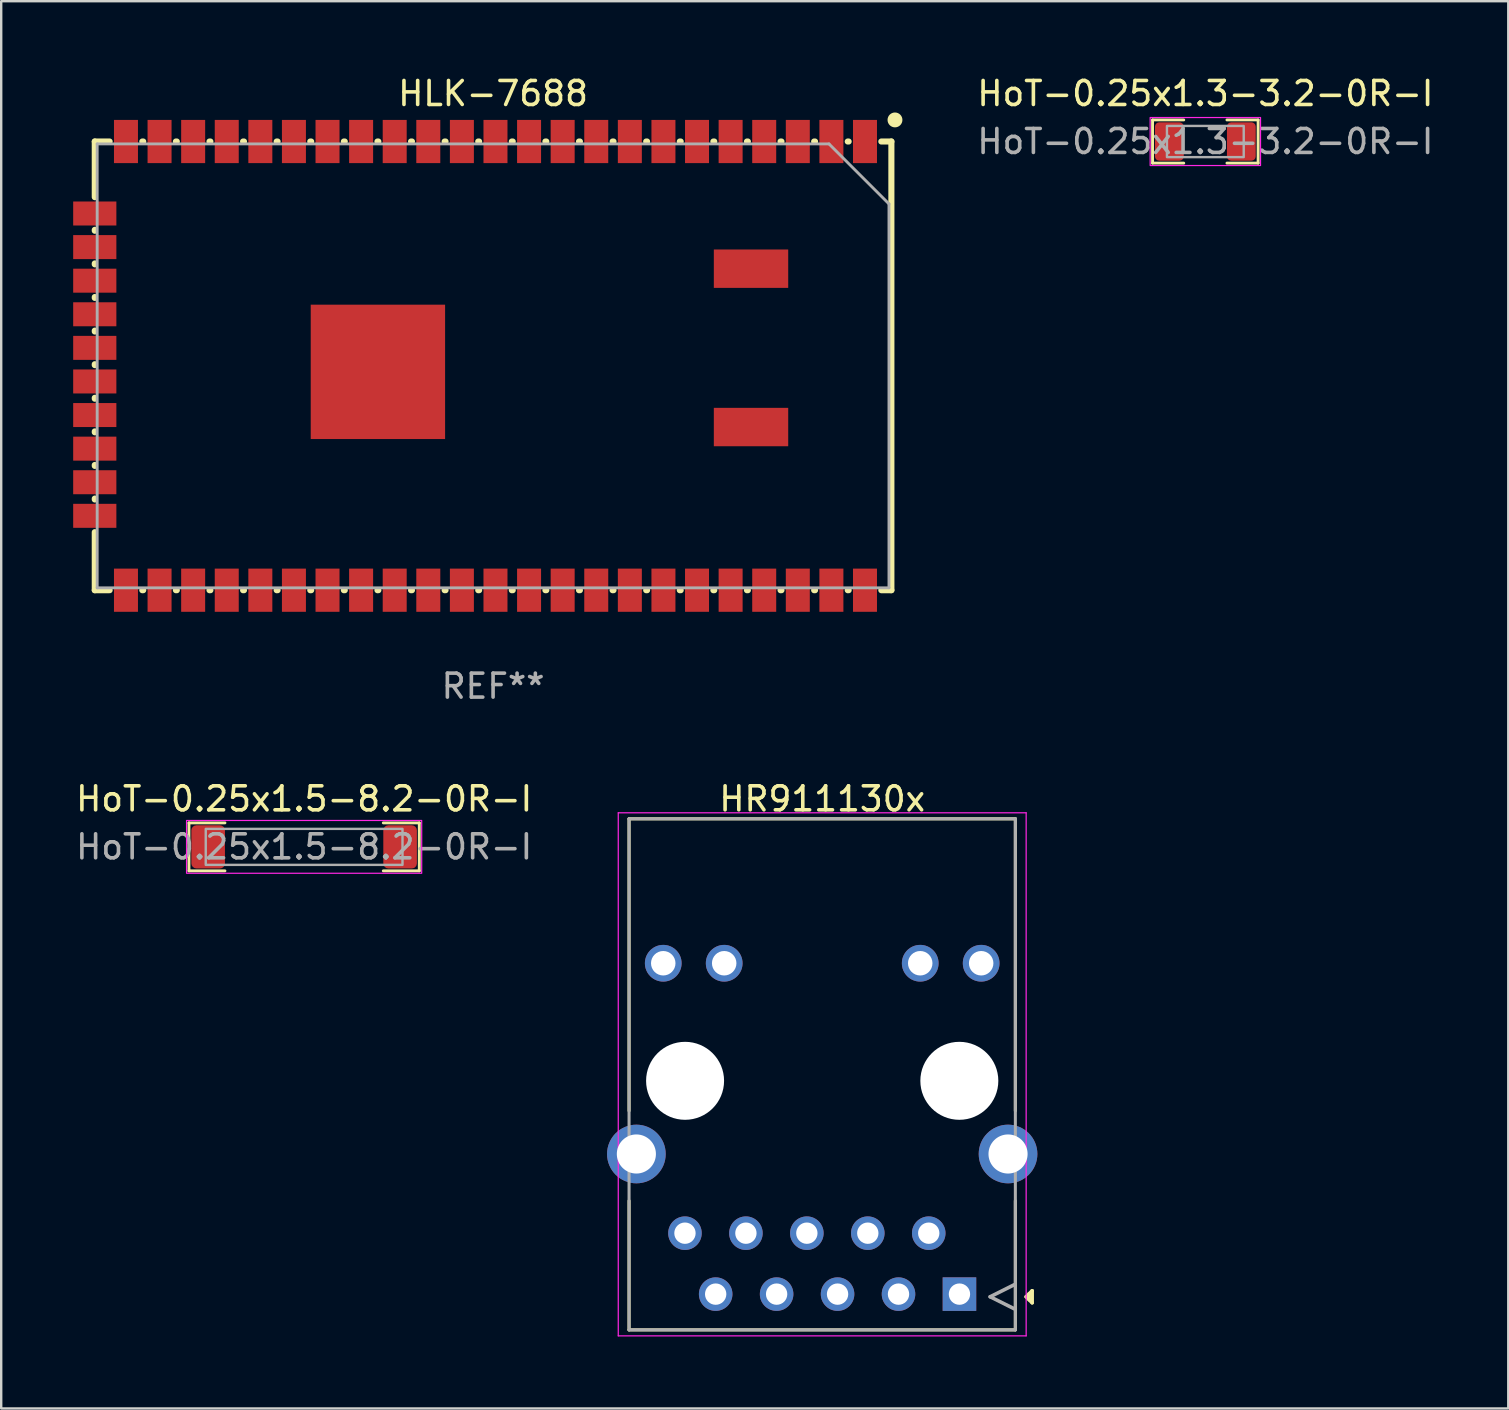
<source format=kicad_pcb>
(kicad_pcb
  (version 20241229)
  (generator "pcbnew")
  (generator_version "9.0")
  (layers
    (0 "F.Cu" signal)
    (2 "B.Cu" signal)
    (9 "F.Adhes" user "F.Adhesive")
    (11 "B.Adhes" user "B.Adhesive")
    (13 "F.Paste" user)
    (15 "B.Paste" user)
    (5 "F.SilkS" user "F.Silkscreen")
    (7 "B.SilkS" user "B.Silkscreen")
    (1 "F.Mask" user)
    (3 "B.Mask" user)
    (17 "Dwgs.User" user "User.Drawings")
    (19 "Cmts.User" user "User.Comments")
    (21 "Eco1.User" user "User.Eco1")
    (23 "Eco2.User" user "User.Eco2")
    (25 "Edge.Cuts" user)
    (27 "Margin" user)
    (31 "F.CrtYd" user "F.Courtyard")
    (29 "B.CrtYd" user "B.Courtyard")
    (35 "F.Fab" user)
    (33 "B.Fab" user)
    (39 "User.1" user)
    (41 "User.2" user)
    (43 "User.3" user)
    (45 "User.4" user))
  (footprint "HR911130x"
    (layer "F.Cu")
    (at 31.217 41.995)
    (property "Reference" "HR911130x" (at 0 -11.75 0) (layer "F.SilkS") (effects (font (size 1 1) (thickness 0.15))))
    (attr through_hole)
    (fp_line (start -8.05 1.25) (end -8.05 -10.92) (stroke (width 0.127) (type solid)) (layer "F.SilkS"))
    (fp_line (start -8.05 10.38) (end -8.05 5) (stroke (width 0.127) (type solid)) (layer "F.SilkS"))
    (fp_line (start -8.05 10.38) (end 8.05 10.38) (stroke (width 0.127) (type solid)) (layer "F.SilkS"))
    (fp_line (start 8.05 -10.92) (end -8.05 -10.92) (stroke (width 0.127) (type solid)) (layer "F.SilkS"))
    (fp_line (start 8.05 1.25) (end 8.05 -10.92) (stroke (width 0.127) (type solid)) (layer "F.SilkS"))
    (fp_line (start 8.05 10.38) (end 8.05 5) (stroke (width 0.127) (type solid)) (layer "F.SilkS"))
    (fp_line (start 8.5 9) (end 8.75 9.25) (stroke (width 0.15) (type default)) (layer "F.SilkS"))
    (fp_line (start 8.625 8.875) (end 8.625 9.125) (stroke (width 0.15) (type default)) (layer "F.SilkS"))
    (fp_line (start 8.75 8.75) (end 8.5 9) (stroke (width 0.15) (type default)) (layer "F.SilkS"))
    (fp_line (start 8.75 9.25) (end 8.75 8.75) (stroke (width 0.15) (type default)) (layer "F.SilkS"))
    (fp_line (start -8.5 -11.17) (end 8.5 -11.17) (stroke (width 0.05) (type solid)) (layer "F.CrtYd"))
    (fp_line (start -8.5 10.63) (end -8.5 -11.17) (stroke (width 0.05) (type solid)) (layer "F.CrtYd"))
    (fp_line (start 8.5 -11.17) (end 8.5 10.63) (stroke (width 0.05) (type solid)) (layer "F.CrtYd"))
    (fp_line (start 8.5 10.63) (end -8.5 10.63) (stroke (width 0.05) (type solid)) (layer "F.CrtYd"))
    (fp_line (start -8.05 -10.92) (end -8.05 10.38) (stroke (width 0.127) (type solid)) (layer "F.Fab"))
    (fp_line (start -8.05 10.38) (end 8.05 10.38) (stroke (width 0.127) (type solid)) (layer "F.Fab"))
    (fp_line (start 7 9) (end 8 9.5) (stroke (width 0.15) (type default)) (layer "F.Fab"))
    (fp_line (start 8 8.5) (end 7 9) (stroke (width 0.15) (type default)) (layer "F.Fab"))
    (fp_line (start 8.05 -10.92) (end -8.05 -10.92) (stroke (width 0.127) (type solid)) (layer "F.Fab"))
    (fp_line (start 8.05 10.38) (end 8.05 -10.92) (stroke (width 0.127) (type solid)) (layer "F.Fab"))
    (pad "" np_thru_hole circle (at -5.715 0) (size 3.25 3.25) (drill 3.25) (layers "*.Cu" "*.Mask"))
    (pad "" np_thru_hole circle (at 5.715 0) (size 3.25 3.25) (drill 3.25) (layers "*.Cu" "*.Mask"))
    (pad "1" thru_hole rect (at 5.72 8.89) (size 1.398 1.398) (drill 0.89) (layers "*.Cu" "*.Mask"))
    (pad "2" thru_hole circle (at 4.44 6.35) (size 1.398 1.398) (drill 0.89) (layers "*.Cu" "*.Mask"))
    (pad "3" thru_hole circle (at 3.18 8.89) (size 1.398 1.398) (drill 0.89) (layers "*.Cu" "*.Mask"))
    (pad "4" thru_hole circle (at 1.9 6.35) (size 1.398 1.398) (drill 0.89) (layers "*.Cu" "*.Mask"))
    (pad "5" thru_hole circle (at 0.64 8.89) (size 1.398 1.398) (drill 0.89) (layers "*.Cu" "*.Mask"))
    (pad "6" thru_hole circle (at -0.64 6.35) (size 1.398 1.398) (drill 0.89) (layers "*.Cu" "*.Mask"))
    (pad "7" thru_hole circle (at -1.9 8.89) (size 1.398 1.398) (drill 0.89) (layers "*.Cu" "*.Mask"))
    (pad "8" thru_hole circle (at -3.18 6.35) (size 1.398 1.398) (drill 0.89) (layers "*.Cu" "*.Mask"))
    (pad "9" thru_hole circle (at -4.44 8.89) (size 1.398 1.398) (drill 0.89) (layers "*.Cu" "*.Mask"))
    (pad "10" thru_hole circle (at -5.72 6.35) (size 1.398 1.398) (drill 0.89) (layers "*.Cu" "*.Mask"))
    (pad "11" thru_hole circle (at 6.625 -4.9) (size 1.53 1.53) (drill 1.02) (layers "*.Cu" "*.Mask"))
    (pad "12" thru_hole circle (at 4.085 -4.9) (size 1.53 1.53) (drill 1.02) (layers "*.Cu" "*.Mask"))
    (pad "13" thru_hole circle (at -4.085 -4.9) (size 1.53 1.53) (drill 1.02) (layers "*.Cu" "*.Mask"))
    (pad "14" thru_hole circle (at -6.625 -4.9) (size 1.53 1.53) (drill 1.02) (layers "*.Cu" "*.Mask"))
    (pad "S1" thru_hole circle (at 7.745 3.05) (size 2.445 2.445) (drill 1.63) (layers "*.Cu" "*.Mask"))
    (pad "S2" thru_hole circle (at -7.745 3.05) (size 2.445 2.445) (drill 1.63) (layers "*.Cu" "*.Mask")))
  (footprint "HoT-0.25x1.5-8.2-0R-I"
    (layer "F.Cu")
    (at 9.625 32.245)
    (property "Reference" "HoT-0.25x1.5-8.2-0R-I" (at 0 -2 0) (unlocked yes) (layer "F.SilkS") (effects (font (size 1 1) (thickness 0.15))))
    (attr smd)
    (fp_line (start -4.8 -1) (end -3.3 -1) (stroke (width 0.12) (type solid)) (layer "F.SilkS"))
    (fp_line (start -4.8 1) (end -4.8 -1) (stroke (width 0.12) (type solid)) (layer "F.SilkS"))
    (fp_line (start -3.3 1) (end -4.8 1) (stroke (width 0.12) (type solid)) (layer "F.SilkS"))
    (fp_line (start 3.3 -1) (end 4.8 -1) (stroke (width 0.12) (type solid)) (layer "F.SilkS"))
    (fp_line (start 4.8 -1) (end 4.8 1) (stroke (width 0.12) (type solid)) (layer "F.SilkS"))
    (fp_line (start 4.8 1) (end 3.3 1) (stroke (width 0.12) (type solid)) (layer "F.SilkS"))
    (fp_rect (start -4.9 -1.1) (end 4.9 1.1) (stroke (width 0.05) (type default)) (fill no) (layer "F.CrtYd"))
    (fp_rect (start -4.1 -0.75) (end 4.1 0.75) (stroke (width 0.1) (type solid)) (fill no) (layer "F.Fab"))
    (fp_text user "${REFERENCE}" (at 0 0 0) (unlocked yes) (layer "F.Fab") (effects (font (size 1 1) (thickness 0.15))))
    (pad "1" smd roundrect (at -4 0) (size 1.4 1.8) (layers "F.Cu" "F.Mask" "F.Paste") (roundrect_rratio 0.15))
    (pad "2" smd roundrect (at 4 0) (size 1.4 1.8) (layers "F.Cu" "F.Mask" "F.Paste") (roundrect_rratio 0.15)))
  (footprint "HoT-0.25x1.3-3.2-0R-I"
    (layer "F.Cu")
    (at 47.185 2.848)
    (property "Reference" "HoT-0.25x1.3-3.2-0R-I" (at 0 -2 0) (unlocked yes) (layer "F.SilkS") (effects (font (size 1 1) (thickness 0.15))))
    (attr smd exclude_from_pos_files exclude_from_bom)
    (fp_line (start -2.2 -0.9) (end -0.9 -0.9) (stroke (width 0.12) (type solid)) (layer "F.SilkS"))
    (fp_line (start -2.2 0.9) (end -2.2 -0.9) (stroke (width 0.12) (type solid)) (layer "F.SilkS"))
    (fp_line (start -0.9 0.9) (end -2.2 0.9) (stroke (width 0.12) (type solid)) (layer "F.SilkS"))
    (fp_line (start 0.9 -0.9) (end 2.2 -0.9) (stroke (width 0.12) (type solid)) (layer "F.SilkS"))
    (fp_line (start 2.2 -0.9) (end 2.2 0.9) (stroke (width 0.12) (type solid)) (layer "F.SilkS"))
    (fp_line (start 2.2 0.9) (end 0.9 0.9) (stroke (width 0.12) (type solid)) (layer "F.SilkS"))
    (fp_rect (start -2.3 -1) (end 2.3 1) (stroke (width 0.05) (type default)) (fill no) (layer "F.CrtYd"))
    (fp_rect (start -1.6 -0.65) (end 1.6 0.65) (stroke (width 0.1) (type solid)) (fill no) (layer "F.Fab"))
    (fp_text user "${REFERENCE}" (at 0 0 0) (unlocked yes) (layer "F.Fab") (effects (font (size 1 1) (thickness 0.15))))
    (pad "1" smd roundrect (at -1.5 0) (size 1.2 1.6) (layers "F.Cu" "F.Mask" "F.Paste") (roundrect_rratio 0.15))
    (pad "2" smd roundrect (at 1.5 0) (size 1.2 1.6) (layers "F.Cu" "F.Mask" "F.Paste") (roundrect_rratio 0.15)))
  (footprint "HLK-7688"
    (layer "F.Cu")
    (at 17.5 12.198)
    (property "Reference" "HLK-7688" (at 0 -11.35 0) (layer "F.SilkS") (effects (font (size 1 1) (thickness 0.15))))
    (attr through_hole)
    (fp_line (start -16.6 -9.35) (end -16.6 -7.031) (stroke (width 0.254) (type solid)) (layer "F.SilkS"))
    (fp_line (start -16.6 -9.35) (end -15.981 -9.35) (stroke (width 0.254) (type solid)) (layer "F.SilkS"))
    (fp_line (start -16.6 -5.669) (end -16.6 -5.631) (stroke (width 0.254) (type solid)) (layer "F.SilkS"))
    (fp_line (start -16.6 -4.269) (end -16.6 -4.231) (stroke (width 0.254) (type solid)) (layer "F.SilkS"))
    (fp_line (start -16.6 -2.869) (end -16.6 -2.831) (stroke (width 0.254) (type solid)) (layer "F.SilkS"))
    (fp_line (start -16.6 -1.469) (end -16.6 -1.431) (stroke (width 0.254) (type solid)) (layer "F.SilkS"))
    (fp_line (start -16.6 -0.069) (end -16.6 -0.031) (stroke (width 0.254) (type solid)) (layer "F.SilkS"))
    (fp_line (start -16.6 1.331) (end -16.6 1.369) (stroke (width 0.254) (type solid)) (layer "F.SilkS"))
    (fp_line (start -16.6 2.731) (end -16.6 2.769) (stroke (width 0.254) (type solid)) (layer "F.SilkS"))
    (fp_line (start -16.6 4.131) (end -16.6 4.169) (stroke (width 0.254) (type solid)) (layer "F.SilkS"))
    (fp_line (start -16.6 5.531) (end -16.6 5.569) (stroke (width 0.254) (type solid)) (layer "F.SilkS"))
    (fp_line (start -16.6 6.931) (end -16.6 9.35) (stroke (width 0.254) (type solid)) (layer "F.SilkS"))
    (fp_line (start -16.6 9.35) (end -15.981 9.35) (stroke (width 0.254) (type solid)) (layer "F.SilkS"))
    (fp_line (start -14.619 -9.35) (end -14.581 -9.35) (stroke (width 0.254) (type solid)) (layer "F.SilkS"))
    (fp_line (start -14.619 9.35) (end -14.581 9.35) (stroke (width 0.254) (type solid)) (layer "F.SilkS"))
    (fp_line (start -13.219 -9.35) (end -13.181 -9.35) (stroke (width 0.254) (type solid)) (layer "F.SilkS"))
    (fp_line (start -13.219 9.35) (end -13.181 9.35) (stroke (width 0.254) (type solid)) (layer "F.SilkS"))
    (fp_line (start -11.819 -9.35) (end -11.781 -9.35) (stroke (width 0.254) (type solid)) (layer "F.SilkS"))
    (fp_line (start -11.819 9.35) (end -11.781 9.35) (stroke (width 0.254) (type solid)) (layer "F.SilkS"))
    (fp_line (start -10.419 -9.35) (end -10.381 -9.35) (stroke (width 0.254) (type solid)) (layer "F.SilkS"))
    (fp_line (start -10.419 9.35) (end -10.381 9.35) (stroke (width 0.254) (type solid)) (layer "F.SilkS"))
    (fp_line (start -9.019 -9.35) (end -8.981 -9.35) (stroke (width 0.254) (type solid)) (layer "F.SilkS"))
    (fp_line (start -9.019 9.35) (end -8.981 9.35) (stroke (width 0.254) (type solid)) (layer "F.SilkS"))
    (fp_line (start -7.619 -9.35) (end -7.581 -9.35) (stroke (width 0.254) (type solid)) (layer "F.SilkS"))
    (fp_line (start -7.619 9.35) (end -7.581 9.35) (stroke (width 0.254) (type solid)) (layer "F.SilkS"))
    (fp_line (start -6.219 -9.35) (end -6.181 -9.35) (stroke (width 0.254) (type solid)) (layer "F.SilkS"))
    (fp_line (start -6.219 9.35) (end -6.181 9.35) (stroke (width 0.254) (type solid)) (layer "F.SilkS"))
    (fp_line (start -4.819 -9.35) (end -4.781 -9.35) (stroke (width 0.254) (type solid)) (layer "F.SilkS"))
    (fp_line (start -4.819 9.35) (end -4.781 9.35) (stroke (width 0.254) (type solid)) (layer "F.SilkS"))
    (fp_line (start -3.419 -9.35) (end -3.381 -9.35) (stroke (width 0.254) (type solid)) (layer "F.SilkS"))
    (fp_line (start -3.419 9.35) (end -3.381 9.35) (stroke (width 0.254) (type solid)) (layer "F.SilkS"))
    (fp_line (start -2.019 -9.35) (end -1.981 -9.35) (stroke (width 0.254) (type solid)) (layer "F.SilkS"))
    (fp_line (start -2.019 9.35) (end -1.981 9.35) (stroke (width 0.254) (type solid)) (layer "F.SilkS"))
    (fp_line (start -0.619 -9.35) (end -0.581 -9.35) (stroke (width 0.254) (type solid)) (layer "F.SilkS"))
    (fp_line (start -0.619 9.35) (end -0.581 9.35) (stroke (width 0.254) (type solid)) (layer "F.SilkS"))
    (fp_line (start 0.781 -9.35) (end 0.819 -9.35) (stroke (width 0.254) (type solid)) (layer "F.SilkS"))
    (fp_line (start 0.781 9.35) (end 0.819 9.35) (stroke (width 0.254) (type solid)) (layer "F.SilkS"))
    (fp_line (start 2.181 -9.35) (end 2.219 -9.35) (stroke (width 0.254) (type solid)) (layer "F.SilkS"))
    (fp_line (start 2.181 9.35) (end 2.219 9.35) (stroke (width 0.254) (type solid)) (layer "F.SilkS"))
    (fp_line (start 3.581 -9.35) (end 3.619 -9.35) (stroke (width 0.254) (type solid)) (layer "F.SilkS"))
    (fp_line (start 3.581 9.35) (end 3.619 9.35) (stroke (width 0.254) (type solid)) (layer "F.SilkS"))
    (fp_line (start 4.981 -9.35) (end 5.019 -9.35) (stroke (width 0.254) (type solid)) (layer "F.SilkS"))
    (fp_line (start 4.981 9.35) (end 5.019 9.35) (stroke (width 0.254) (type solid)) (layer "F.SilkS"))
    (fp_line (start 6.381 -9.35) (end 6.419 -9.35) (stroke (width 0.254) (type solid)) (layer "F.SilkS"))
    (fp_line (start 6.381 9.35) (end 6.419 9.35) (stroke (width 0.254) (type solid)) (layer "F.SilkS"))
    (fp_line (start 7.781 -9.35) (end 7.819 -9.35) (stroke (width 0.254) (type solid)) (layer "F.SilkS"))
    (fp_line (start 7.781 9.35) (end 7.819 9.35) (stroke (width 0.254) (type solid)) (layer "F.SilkS"))
    (fp_line (start 9.181 -9.35) (end 9.219 -9.35) (stroke (width 0.254) (type solid)) (layer "F.SilkS"))
    (fp_line (start 9.181 9.35) (end 9.219 9.35) (stroke (width 0.254) (type solid)) (layer "F.SilkS"))
    (fp_line (start 10.581 -9.35) (end 10.619 -9.35) (stroke (width 0.254) (type solid)) (layer "F.SilkS"))
    (fp_line (start 10.581 9.35) (end 10.619 9.35) (stroke (width 0.254) (type solid)) (layer "F.SilkS"))
    (fp_line (start 11.981 -9.35) (end 12.019 -9.35) (stroke (width 0.254) (type solid)) (layer "F.SilkS"))
    (fp_line (start 11.981 9.35) (end 12.019 9.35) (stroke (width 0.254) (type solid)) (layer "F.SilkS"))
    (fp_line (start 13.381 -9.35) (end 13.419 -9.35) (stroke (width 0.254) (type solid)) (layer "F.SilkS"))
    (fp_line (start 13.381 9.35) (end 13.419 9.35) (stroke (width 0.254) (type solid)) (layer "F.SilkS"))
    (fp_line (start 14.781 -9.35) (end 14.819 -9.35) (stroke (width 0.254) (type solid)) (layer "F.SilkS"))
    (fp_line (start 14.781 9.35) (end 14.819 9.35) (stroke (width 0.254) (type solid)) (layer "F.SilkS"))
    (fp_line (start 16.6 -9.35) (end 16.181 -9.35) (stroke (width 0.254) (type solid)) (layer "F.SilkS"))
    (fp_line (start 16.6 9.35) (end 16.181 9.35) (stroke (width 0.254) (type solid)) (layer "F.SilkS"))
    (fp_line (start 16.6 9.35) (end 16.6 -9.35) (stroke (width 0.254) (type solid)) (layer "F.SilkS"))
    (fp_circle (center 16.75 -10.25) (end 17 -10.25) (stroke (width 0.12) (type solid)) (fill yes) (layer "F.SilkS"))
    (fp_line (start -16.5 -9.25) (end -16.5 9.25) (stroke (width 0.12) (type default)) (layer "F.Fab"))
    (fp_line (start -16.5 9.25) (end 16.5 9.25) (stroke (width 0.12) (type default)) (layer "F.Fab"))
    (fp_line (start 14 -9.25) (end -16.5 -9.25) (stroke (width 0.12) (type default)) (layer "F.Fab"))
    (fp_line (start 14 -9.25) (end 16.5 -6.75) (stroke (width 0.12) (type default)) (layer "F.Fab"))
    (fp_line (start 16.5 9.25) (end 16.5 -6.75) (stroke (width 0.12) (type default)) (layer "F.Fab"))
    (fp_text user "REF**" (at 0 13.35 0) (layer "F.Fab") (effects (font (size 1 1) (thickness 0.15))))
    (pad "1" smd rect (at 15.5 -9.35) (size 1 1.8) (layers "F.Cu" "F.Mask" "F.Paste"))
    (pad "2" smd rect (at 14.1 -9.35) (size 1 1.8) (layers "F.Cu" "F.Mask" "F.Paste"))
    (pad "3" smd rect (at 12.7 -9.35) (size 1 1.8) (layers "F.Cu" "F.Mask" "F.Paste"))
    (pad "4" smd rect (at 11.3 -9.35) (size 1 1.8) (layers "F.Cu" "F.Mask" "F.Paste"))
    (pad "5" smd rect (at 9.9 -9.35) (size 1 1.8) (layers "F.Cu" "F.Mask" "F.Paste"))
    (pad "6" smd rect (at 8.5 -9.35) (size 1 1.8) (layers "F.Cu" "F.Mask" "F.Paste"))
    (pad "7" smd rect (at 7.1 -9.35) (size 1 1.8) (layers "F.Cu" "F.Mask" "F.Paste"))
    (pad "8" smd rect (at 5.7 -9.35) (size 1 1.8) (layers "F.Cu" "F.Mask" "F.Paste"))
    (pad "9" smd rect (at 4.3 -9.35) (size 1 1.8) (layers "F.Cu" "F.Mask" "F.Paste"))
    (pad "10" smd rect (at 2.9 -9.35) (size 1 1.8) (layers "F.Cu" "F.Mask" "F.Paste"))
    (pad "11" smd rect (at 1.5 -9.35) (size 1 1.8) (layers "F.Cu" "F.Mask" "F.Paste"))
    (pad "12" smd rect (at 0.1 -9.35) (size 1 1.8) (layers "F.Cu" "F.Mask" "F.Paste"))
    (pad "13" smd rect (at -1.3 -9.35) (size 1 1.8) (layers "F.Cu" "F.Mask" "F.Paste"))
    (pad "14" smd rect (at -2.7 -9.35) (size 1 1.8) (layers "F.Cu" "F.Mask" "F.Paste"))
    (pad "15" smd rect (at -4.1 -9.35) (size 1 1.8) (layers "F.Cu" "F.Mask" "F.Paste"))
    (pad "16" smd rect (at -5.5 -9.35) (size 1 1.8) (layers "F.Cu" "F.Mask" "F.Paste"))
    (pad "17" smd rect (at -6.9 -9.35) (size 1 1.8) (layers "F.Cu" "F.Mask" "F.Paste"))
    (pad "18" smd rect (at -8.3 -9.35) (size 1 1.8) (layers "F.Cu" "F.Mask" "F.Paste"))
    (pad "19" smd rect (at -9.7 -9.35) (size 1 1.8) (layers "F.Cu" "F.Mask" "F.Paste"))
    (pad "20" smd rect (at -11.1 -9.35) (size 1 1.8) (layers "F.Cu" "F.Mask" "F.Paste"))
    (pad "21" smd rect (at -12.5 -9.35) (size 1 1.8) (layers "F.Cu" "F.Mask" "F.Paste"))
    (pad "22" smd rect (at -13.9 -9.35) (size 1 1.8) (layers "F.Cu" "F.Mask" "F.Paste"))
    (pad "23" smd rect (at -15.3 -9.35) (size 1 1.8) (layers "F.Cu" "F.Mask" "F.Paste"))
    (pad "24" smd rect (at -16.6 -6.35 90) (size 1 1.8) (layers "F.Cu" "F.Mask" "F.Paste"))
    (pad "25" smd rect (at -16.6 -4.95 90) (size 1 1.8) (layers "F.Cu" "F.Mask" "F.Paste"))
    (pad "26" smd rect (at -16.6 -3.55 90) (size 1 1.8) (layers "F.Cu" "F.Mask" "F.Paste"))
    (pad "27" smd rect (at -16.6 -2.15 90) (size 1 1.8) (layers "F.Cu" "F.Mask" "F.Paste"))
    (pad "28" smd rect (at -16.6 -0.75 90) (size 1 1.8) (layers "F.Cu" "F.Mask" "F.Paste"))
    (pad "29" smd rect (at -16.6 0.65 90) (size 1 1.8) (layers "F.Cu" "F.Mask" "F.Paste"))
    (pad "30" smd rect (at -16.6 2.05 90) (size 1 1.8) (layers "F.Cu" "F.Mask" "F.Paste"))
    (pad "31" smd rect (at -16.6 3.45 90) (size 1 1.8) (layers "F.Cu" "F.Mask" "F.Paste"))
    (pad "32" smd rect (at -16.6 4.85 90) (size 1 1.8) (layers "F.Cu" "F.Mask" "F.Paste"))
    (pad "33" smd rect (at -16.6 6.25 90) (size 1 1.8) (layers "F.Cu" "F.Mask" "F.Paste"))
    (pad "34" smd rect (at -15.3 9.35 180) (size 1 1.8) (layers "F.Cu" "F.Mask" "F.Paste"))
    (pad "35" smd rect (at -13.9 9.35 180) (size 1 1.8) (layers "F.Cu" "F.Mask" "F.Paste"))
    (pad "36" smd rect (at -12.5 9.35 180) (size 1 1.8) (layers "F.Cu" "F.Mask" "F.Paste"))
    (pad "37" smd rect (at -11.1 9.35 180) (size 1 1.8) (layers "F.Cu" "F.Mask" "F.Paste"))
    (pad "38" smd rect (at -9.7 9.35 180) (size 1 1.8) (layers "F.Cu" "F.Mask" "F.Paste"))
    (pad "39" smd rect (at -8.3 9.35 180) (size 1 1.8) (layers "F.Cu" "F.Mask" "F.Paste"))
    (pad "40" smd rect (at -6.9 9.35 180) (size 1 1.8) (layers "F.Cu" "F.Mask" "F.Paste"))
    (pad "41" smd rect (at -5.5 9.35 180) (size 1 1.8) (layers "F.Cu" "F.Mask" "F.Paste"))
    (pad "42" smd rect (at -4.1 9.35 180) (size 1 1.8) (layers "F.Cu" "F.Mask" "F.Paste"))
    (pad "43" smd rect (at -2.7 9.35 180) (size 1 1.8) (layers "F.Cu" "F.Mask" "F.Paste"))
    (pad "44" smd rect (at -1.3 9.35 180) (size 1 1.8) (layers "F.Cu" "F.Mask" "F.Paste"))
    (pad "45" smd rect (at 0.1 9.35 180) (size 1 1.8) (layers "F.Cu" "F.Mask" "F.Paste"))
    (pad "46" smd rect (at 1.5 9.35 180) (size 1 1.8) (layers "F.Cu" "F.Mask" "F.Paste"))
    (pad "47" smd rect (at 2.9 9.35 180) (size 1 1.8) (layers "F.Cu" "F.Mask" "F.Paste"))
    (pad "48" smd rect (at 4.3 9.35 180) (size 1 1.8) (layers "F.Cu" "F.Mask" "F.Paste"))
    (pad "49" smd rect (at 5.7 9.35 180) (size 1 1.8) (layers "F.Cu" "F.Mask" "F.Paste"))
    (pad "50" smd rect (at 7.1 9.35 180) (size 1 1.8) (layers "F.Cu" "F.Mask" "F.Paste"))
    (pad "51" smd rect (at 8.5 9.35 180) (size 1 1.8) (layers "F.Cu" "F.Mask" "F.Paste"))
    (pad "52" smd rect (at 9.9 9.35 180) (size 1 1.8) (layers "F.Cu" "F.Mask" "F.Paste"))
    (pad "53" smd rect (at 11.3 9.35 180) (size 1 1.8) (layers "F.Cu" "F.Mask" "F.Paste"))
    (pad "54" smd rect (at 12.7 9.35 180) (size 1 1.8) (layers "F.Cu" "F.Mask" "F.Paste"))
    (pad "55" smd rect (at 14.1 9.35 180) (size 1 1.8) (layers "F.Cu" "F.Mask" "F.Paste"))
    (pad "56" smd rect (at 15.5 9.35 180) (size 1 1.8) (layers "F.Cu" "F.Mask" "F.Paste"))
    (pad "57" smd rect (at -4.8 0.25) (size 5.6 5.6) (layers "F.Cu" "F.Mask" "F.Paste"))
    (pad "58" smd rect (at 10.75 2.55) (size 3.1 1.6) (layers "F.Cu" "F.Mask" "F.Paste"))
    (pad "59" smd rect (at 10.75 -4.05) (size 3.1 1.6) (layers "F.Cu" "F.Mask" "F.Paste")))
  (gr_rect
    (start -3 -3)
    (end 59.81 55.65)
    (stroke (width 0.1) (type default))
    (fill no)
    (layer "Edge.Cuts")))
</source>
